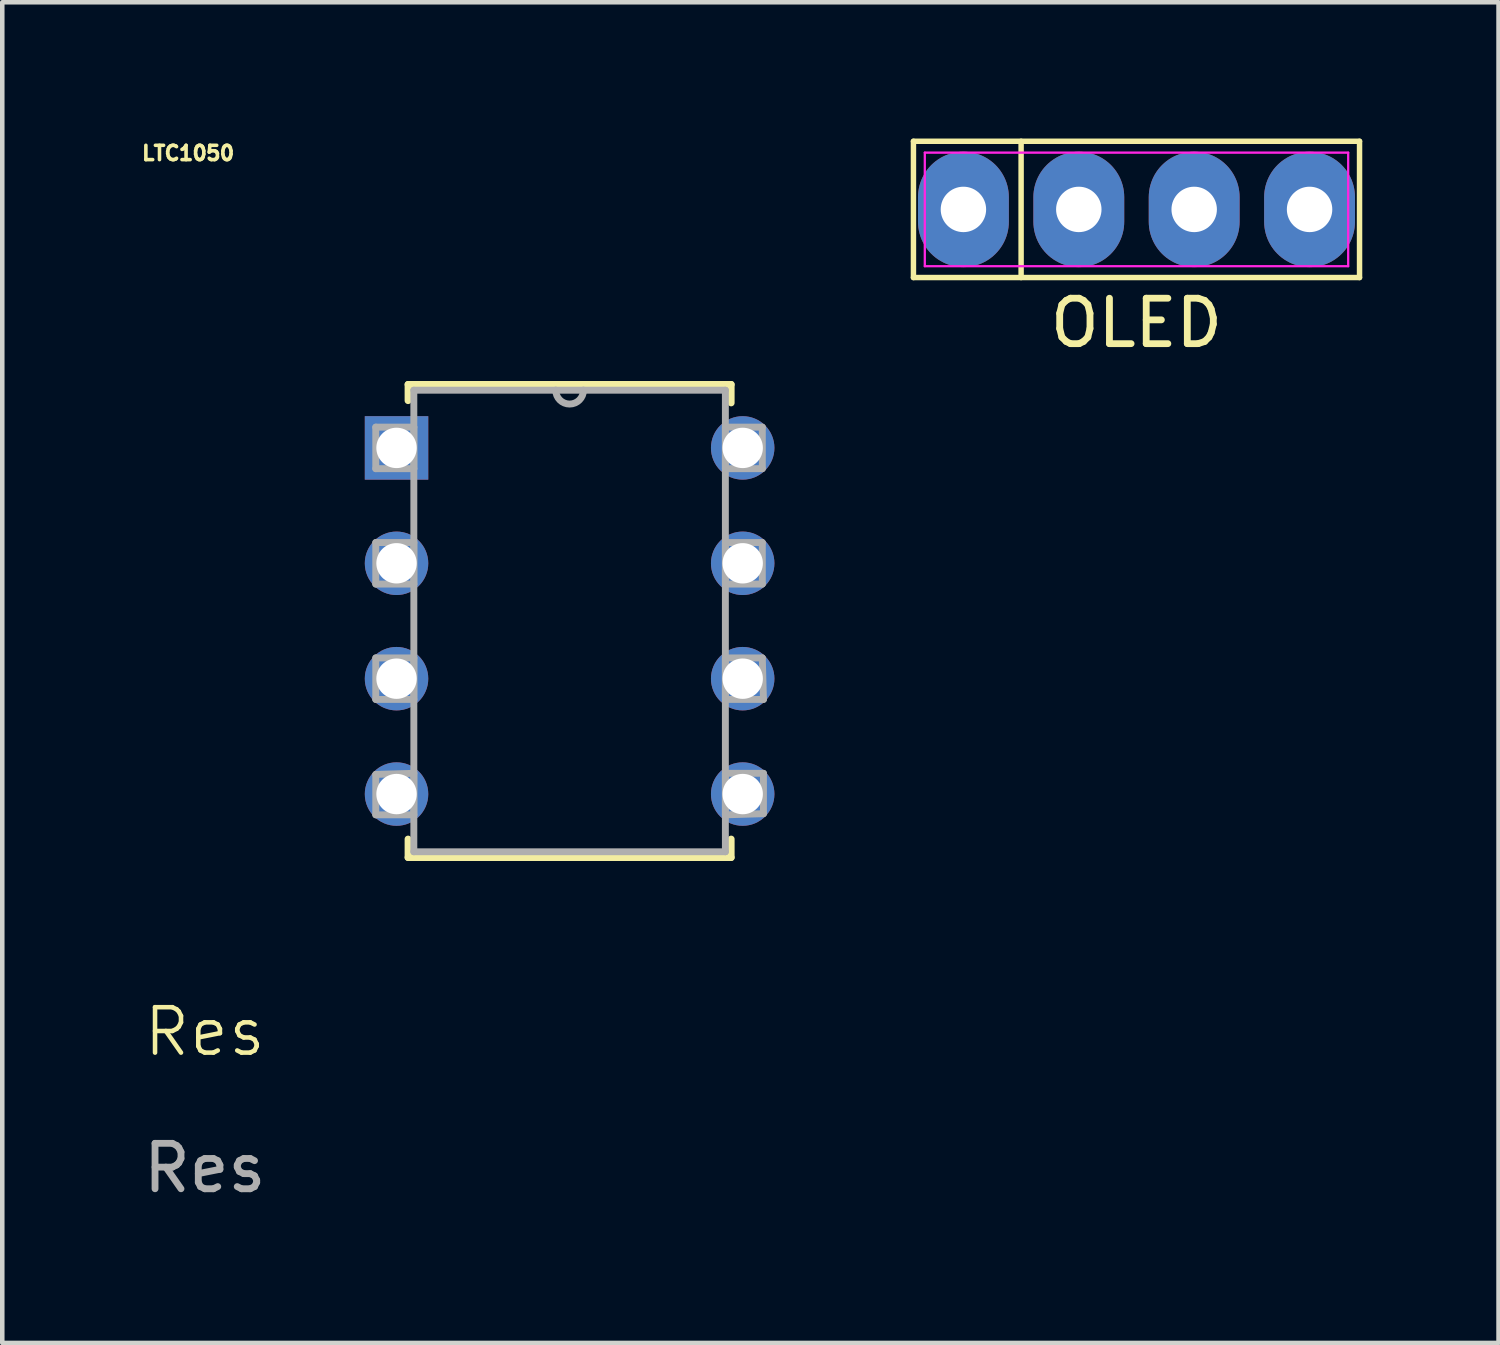
<source format=kicad_pcb>
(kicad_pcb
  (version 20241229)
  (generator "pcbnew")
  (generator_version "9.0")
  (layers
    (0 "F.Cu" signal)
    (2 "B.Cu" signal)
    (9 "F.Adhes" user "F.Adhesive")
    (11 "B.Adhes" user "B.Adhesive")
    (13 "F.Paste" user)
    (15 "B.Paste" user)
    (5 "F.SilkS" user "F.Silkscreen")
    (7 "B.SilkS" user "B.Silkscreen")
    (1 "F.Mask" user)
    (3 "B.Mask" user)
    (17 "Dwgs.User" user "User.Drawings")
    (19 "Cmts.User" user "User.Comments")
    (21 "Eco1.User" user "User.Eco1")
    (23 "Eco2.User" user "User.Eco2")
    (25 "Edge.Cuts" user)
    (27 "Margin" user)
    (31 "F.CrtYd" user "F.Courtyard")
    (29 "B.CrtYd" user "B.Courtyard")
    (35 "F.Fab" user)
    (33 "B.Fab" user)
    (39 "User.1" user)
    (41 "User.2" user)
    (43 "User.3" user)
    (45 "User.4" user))
  (footprint "LTC1050"
    (layer "F.Cu")
    (at 13.299 14.43)
    (property "Reference" "LTC1050" (at -12.208 -14.108 0) (layer "F.SilkS") (effects (font (size 0.315 0.315) (thickness 0.15))))
    (attr through_hole)
    (fp_line (start -7.366 -9.017) (end -7.366 -8.661) (stroke (width 0.152) (type solid)) (layer "F.SilkS"))
    (fp_line (start -7.366 0.991) (end -7.366 1.397) (stroke (width 0.152) (type solid)) (layer "F.SilkS"))
    (fp_line (start -7.366 1.397) (end -0.254 1.397) (stroke (width 0.152) (type solid)) (layer "F.SilkS"))
    (fp_line (start -0.254 -9.017) (end -7.366 -9.017) (stroke (width 0.152) (type solid)) (layer "F.SilkS"))
    (fp_line (start -0.254 -8.611) (end -0.254 -9.017) (stroke (width 0.152) (type solid)) (layer "F.SilkS"))
    (fp_line (start -0.254 1.397) (end -0.254 0.991) (stroke (width 0.152) (type solid)) (layer "F.SilkS"))
    (fp_line (start -8.077 -8.077) (end -8.077 -7.163) (stroke (width 0.152) (type solid)) (layer "F.Fab"))
    (fp_line (start -8.077 -7.163) (end -7.239 -7.163) (stroke (width 0.152) (type solid)) (layer "F.Fab"))
    (fp_line (start -8.077 -5.537) (end -8.077 -4.623) (stroke (width 0.152) (type solid)) (layer "F.Fab"))
    (fp_line (start -8.077 -4.623) (end -7.239 -4.623) (stroke (width 0.152) (type solid)) (layer "F.Fab"))
    (fp_line (start -8.077 -2.997) (end -8.077 -2.083) (stroke (width 0.152) (type solid)) (layer "F.Fab"))
    (fp_line (start -8.077 -2.083) (end -7.239 -2.083) (stroke (width 0.152) (type solid)) (layer "F.Fab"))
    (fp_line (start -8.077 -0.432) (end -8.077 0.457) (stroke (width 0.152) (type solid)) (layer "F.Fab"))
    (fp_line (start -8.077 0.457) (end -7.239 0.457) (stroke (width 0.152) (type solid)) (layer "F.Fab"))
    (fp_line (start -7.239 -8.89) (end -7.239 1.27) (stroke (width 0.152) (type solid)) (layer "F.Fab"))
    (fp_line (start -7.239 -8.077) (end -8.077 -8.077) (stroke (width 0.152) (type solid)) (layer "F.Fab"))
    (fp_line (start -7.239 -7.163) (end -7.239 -8.077) (stroke (width 0.152) (type solid)) (layer "F.Fab"))
    (fp_line (start -7.239 -5.537) (end -8.077 -5.537) (stroke (width 0.152) (type solid)) (layer "F.Fab"))
    (fp_line (start -7.239 -4.623) (end -7.239 -5.537) (stroke (width 0.152) (type solid)) (layer "F.Fab"))
    (fp_line (start -7.239 -2.997) (end -8.077 -2.997) (stroke (width 0.152) (type solid)) (layer "F.Fab"))
    (fp_line (start -7.239 -2.083) (end -7.239 -2.997) (stroke (width 0.152) (type solid)) (layer "F.Fab"))
    (fp_line (start -7.239 -0.457) (end -8.077 -0.432) (stroke (width 0.152) (type solid)) (layer "F.Fab"))
    (fp_line (start -7.239 0.457) (end -7.239 -0.457) (stroke (width 0.152) (type solid)) (layer "F.Fab"))
    (fp_line (start -7.239 1.27) (end -0.381 1.27) (stroke (width 0.152) (type solid)) (layer "F.Fab"))
    (fp_line (start -4.115 -8.89) (end -7.239 -8.89) (stroke (width 0.152) (type solid)) (layer "F.Fab"))
    (fp_line (start -3.505 -8.89) (end -4.115 -8.89) (stroke (width 0.152) (type solid)) (layer "F.Fab"))
    (fp_line (start -0.381 -8.89) (end -3.505 -8.89) (stroke (width 0.152) (type solid)) (layer "F.Fab"))
    (fp_line (start -0.381 -8.077) (end -0.381 -7.163) (stroke (width 0.152) (type solid)) (layer "F.Fab"))
    (fp_line (start -0.381 -7.163) (end 0.432 -7.163) (stroke (width 0.152) (type solid)) (layer "F.Fab"))
    (fp_line (start -0.381 -5.537) (end -0.381 -4.623) (stroke (width 0.152) (type solid)) (layer "F.Fab"))
    (fp_line (start -0.381 -4.623) (end 0.432 -4.623) (stroke (width 0.152) (type solid)) (layer "F.Fab"))
    (fp_line (start -0.381 -2.997) (end -0.381 -2.083) (stroke (width 0.152) (type solid)) (layer "F.Fab"))
    (fp_line (start -0.381 -2.083) (end 0.457 -2.083) (stroke (width 0.152) (type solid)) (layer "F.Fab"))
    (fp_line (start -0.381 -0.457) (end -0.381 0.457) (stroke (width 0.152) (type solid)) (layer "F.Fab"))
    (fp_line (start -0.381 0.457) (end 0.457 0.432) (stroke (width 0.152) (type solid)) (layer "F.Fab"))
    (fp_line (start -0.381 1.27) (end -0.381 -8.89) (stroke (width 0.152) (type solid)) (layer "F.Fab"))
    (fp_line (start 0.432 -8.077) (end -0.381 -8.077) (stroke (width 0.152) (type solid)) (layer "F.Fab"))
    (fp_line (start 0.432 -7.163) (end 0.432 -8.077) (stroke (width 0.152) (type solid)) (layer "F.Fab"))
    (fp_line (start 0.432 -5.537) (end -0.381 -5.537) (stroke (width 0.152) (type solid)) (layer "F.Fab"))
    (fp_line (start 0.432 -4.623) (end 0.432 -5.537) (stroke (width 0.152) (type solid)) (layer "F.Fab"))
    (fp_line (start 0.432 -2.997) (end -0.381 -2.997) (stroke (width 0.152) (type solid)) (layer "F.Fab"))
    (fp_line (start 0.457 -2.083) (end 0.432 -2.997) (stroke (width 0.152) (type solid)) (layer "F.Fab"))
    (fp_line (start 0.457 -0.457) (end -0.381 -0.457) (stroke (width 0.152) (type solid)) (layer "F.Fab"))
    (fp_line (start 0.457 0.432) (end 0.457 -0.457) (stroke (width 0.152) (type solid)) (layer "F.Fab"))
    (fp_arc (start -3.5052 -8.89) (mid -3.81 -8.5852) (end -4.1148 -8.89) (stroke (width 0.1524) (type solid)) (layer "F.Fab"))
    (pad "1" thru_hole rect (at -7.62 -7.62) (size 1.397 1.397) (drill 0.889) (layers "*.Cu" "*.Mask"))
    (pad "2" thru_hole circle (at -7.62 -5.08) (size 1.397 1.397) (drill 0.889) (layers "*.Cu" "*.Mask"))
    (pad "3" thru_hole circle (at -7.62 -2.54) (size 1.397 1.397) (drill 0.889) (layers "*.Cu" "*.Mask"))
    (pad "4" thru_hole circle (at -7.62 0) (size 1.397 1.397) (drill 0.889) (layers "*.Cu" "*.Mask"))
    (pad "5" thru_hole circle (at 0 0) (size 1.397 1.397) (drill 0.889) (layers "*.Cu" "*.Mask"))
    (pad "6" thru_hole circle (at 0 -2.54) (size 1.397 1.397) (drill 0.889) (layers "*.Cu" "*.Mask"))
    (pad "7" thru_hole circle (at 0 -5.08) (size 1.397 1.397) (drill 0.889) (layers "*.Cu" "*.Mask"))
    (pad "8" thru_hole circle (at 0 -7.62) (size 1.397 1.397) (drill 0.889) (layers "*.Cu" "*.Mask")))
  (footprint "OLED"
    (layer "F.Cu")
    (at 21.968 1.56)
    (property "Reference" "OLED" (at 0 2.5 0) (unlocked yes) (layer "F.SilkS") (effects (font (size 1 1) (thickness 0.15))))
    (attr through_hole)
    (fp_line (start -4.91 -1.5) (end 4.91 -1.5) (stroke (width 0.12) (type default)) (layer "F.SilkS"))
    (fp_line (start -4.91 1.5) (end -4.91 -1.5) (stroke (width 0.12) (type default)) (layer "F.SilkS"))
    (fp_line (start -2.54 -1.5) (end -2.54 1.5) (stroke (width 0.12) (type default)) (layer "F.SilkS"))
    (fp_line (start 4.91 -1.5) (end 4.91 1.5) (stroke (width 0.12) (type default)) (layer "F.SilkS"))
    (fp_line (start 4.91 1.5) (end -4.91 1.5) (stroke (width 0.12) (type default)) (layer "F.SilkS"))
    (fp_line (start -4.66 -1.25) (end 4.66 -1.25) (stroke (width 0.05) (type default)) (layer "F.CrtYd"))
    (fp_line (start -4.66 1.25) (end -4.66 -1.25) (stroke (width 0.05) (type default)) (layer "F.CrtYd"))
    (fp_line (start 4.66 -1.25) (end 4.66 1.25) (stroke (width 0.05) (type default)) (layer "F.CrtYd"))
    (fp_line (start 4.66 1.25) (end -4.66 1.25) (stroke (width 0.05) (type default)) (layer "F.CrtYd"))
    (pad "1" thru_hole oval (at -3.81 0) (size 2 2.54) (drill 1) (layers "*.Cu" "*.Mask"))
    (pad "2" thru_hole oval (at -1.27 0) (size 2 2.54) (drill 1) (layers "*.Cu" "*.Mask"))
    (pad "3" thru_hole oval (at 1.27 0) (size 2 2.54) (drill 1) (layers "*.Cu" "*.Mask"))
    (pad "4" thru_hole oval (at 3.81 0) (size 2 2.54) (drill 1) (layers "*.Cu" "*.Mask")))
  (footprint "Res"
    (layer "F.Cu")
    (at 1.458 20.164)
    (property "Reference" "Res" (at 0 -0.5 0) (unlocked yes) (layer "F.SilkS") (effects (font (size 1 1) (thickness 0.1))))
    (attr smd)
    (fp_text user "${REFERENCE}" (at 0 2.5 0) (unlocked yes) (layer "F.Fab") (effects (font (size 1 1) (thickness 0.15)))))
  (gr_rect
    (start -3 -3)
    (end 29.938 26.512)
    (stroke (width 0.1) (type default))
    (fill no)
    (layer "Edge.Cuts")))
</source>
